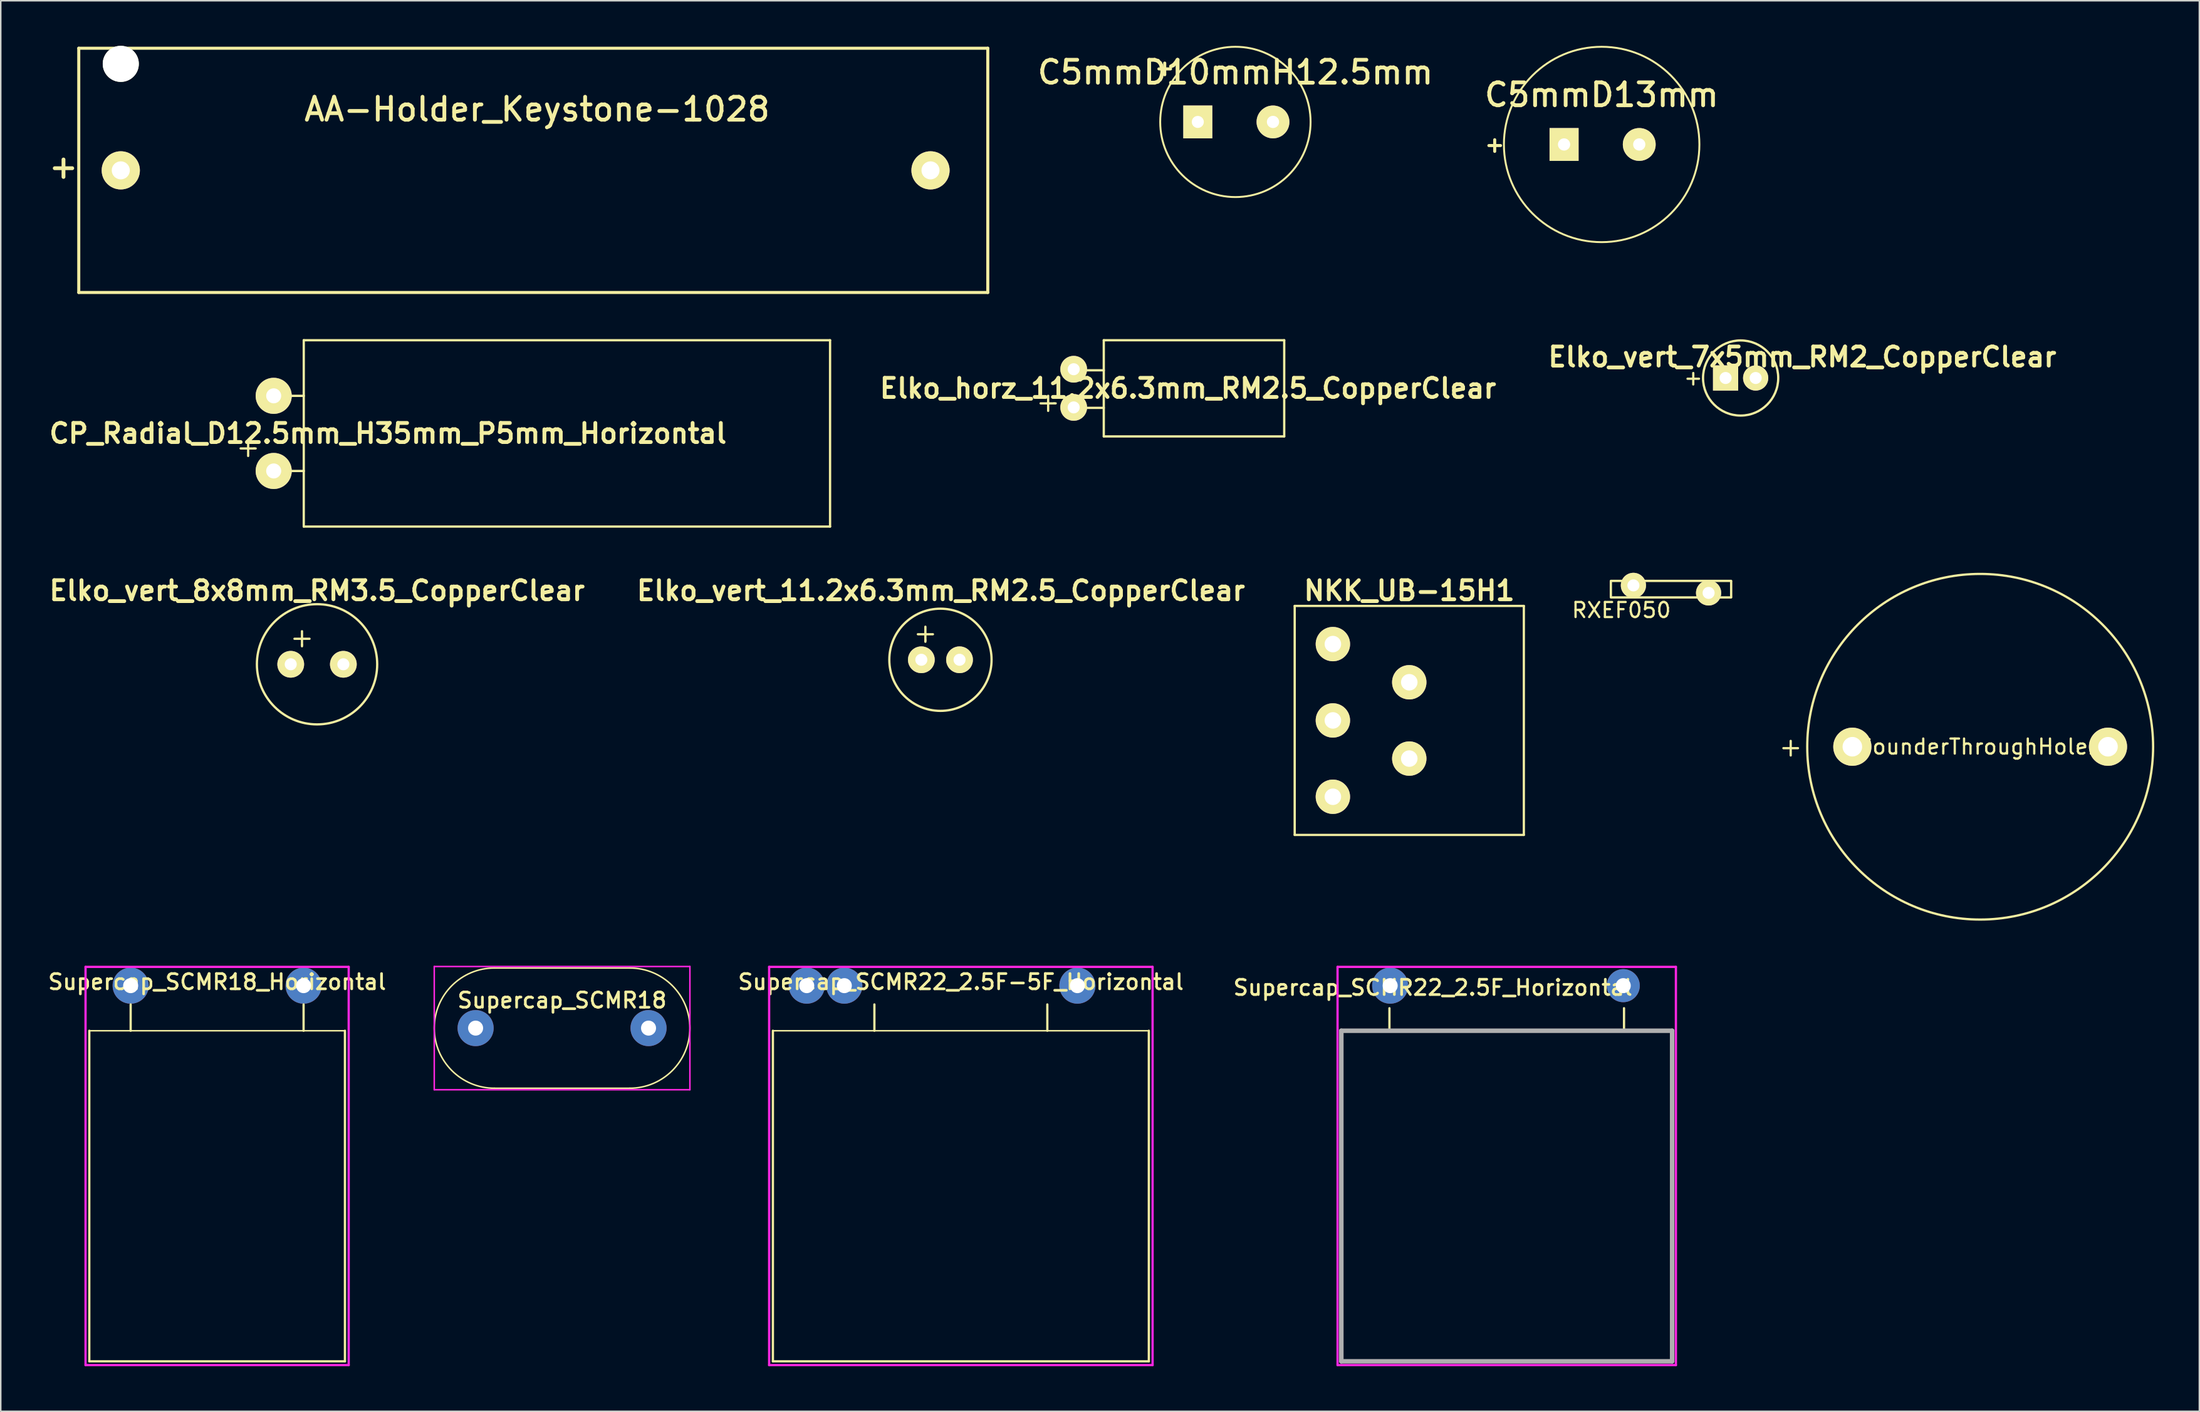
<source format=kicad_pcb>
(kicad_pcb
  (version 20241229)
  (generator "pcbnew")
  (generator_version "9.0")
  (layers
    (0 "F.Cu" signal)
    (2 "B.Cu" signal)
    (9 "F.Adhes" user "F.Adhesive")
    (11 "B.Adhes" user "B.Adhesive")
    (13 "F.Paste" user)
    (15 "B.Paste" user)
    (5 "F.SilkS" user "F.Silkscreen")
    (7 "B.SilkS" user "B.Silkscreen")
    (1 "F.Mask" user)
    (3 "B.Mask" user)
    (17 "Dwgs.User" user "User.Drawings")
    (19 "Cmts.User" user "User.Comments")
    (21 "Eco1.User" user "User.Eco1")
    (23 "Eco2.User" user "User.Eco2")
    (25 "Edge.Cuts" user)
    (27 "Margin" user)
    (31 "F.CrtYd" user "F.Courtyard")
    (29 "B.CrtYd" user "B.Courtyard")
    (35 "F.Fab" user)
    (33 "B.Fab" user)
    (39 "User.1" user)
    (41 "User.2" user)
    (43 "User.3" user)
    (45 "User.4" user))
  (footprint "Supercap_SCMR18_Horizontal"
    (layer "F.Cu")
    (at 11.389 62.544)
    (property "Reference" "Supercap_SCMR18_Horizontal" (at 0 -0.25 0) (layer "F.SilkS") (effects (font (size 1.016 1.016) (thickness 0.178))))
    (attr through_hole)
    (fp_line (start -8.5 3) (end 8.5 3) (stroke (width 0.1) (type solid)) (layer "F.SilkS"))
    (fp_line (start -8.5 25) (end -8.5 3) (stroke (width 0.15) (type solid)) (layer "F.SilkS"))
    (fp_line (start -5.75 1.25) (end -5.75 3) (stroke (width 0.15) (type solid)) (layer "F.SilkS"))
    (fp_line (start 5.75 1.25) (end 5.75 3) (stroke (width 0.15) (type solid)) (layer "F.SilkS"))
    (fp_line (start 8.5 3) (end 8.5 25) (stroke (width 0.15) (type solid)) (layer "F.SilkS"))
    (fp_line (start 8.5 25) (end -8.5 25) (stroke (width 0.15) (type solid)) (layer "F.SilkS"))
    (fp_line (start -8.75 -1.25) (end 8.75 -1.25) (stroke (width 0.15) (type solid)) (layer "F.CrtYd"))
    (fp_line (start -8.75 25.25) (end -8.75 -1.25) (stroke (width 0.15) (type solid)) (layer "F.CrtYd"))
    (fp_line (start 8.75 -1.25) (end 8.75 25.25) (stroke (width 0.15) (type solid)) (layer "F.CrtYd"))
    (fp_line (start 8.75 25.25) (end -8.75 25.25) (stroke (width 0.15) (type solid)) (layer "F.CrtYd"))
    (pad "1" thru_hole circle (at -5.75 0) (size 2.4 2.4) (drill 1) (layers "*.Cu" "*.Mask"))
    (pad "2" thru_hole circle (at 5.75 0) (size 2.4 2.4) (drill 1) (layers "*.Cu" "*.Mask")))
  (footprint "NKK_UB-15H1"
    (layer "F.Cu")
    (at 90.669 44.893)
    (property "Reference" "NKK_UB-15H1" (at 0 -8.636 0) (layer "F.SilkS") (effects (font (size 1.27 1.27) (thickness 0.254))))
    (attr through_hole)
    (fp_line (start -7.62 -7.62) (end 7.62 -7.62) (stroke (width 0.15) (type solid)) (layer "F.SilkS"))
    (fp_line (start -7.62 7.62) (end -7.62 -7.62) (stroke (width 0.15) (type solid)) (layer "F.SilkS"))
    (fp_line (start 7.62 -7.62) (end 7.62 7.62) (stroke (width 0.15) (type solid)) (layer "F.SilkS"))
    (fp_line (start 7.62 7.62) (end -7.62 7.62) (stroke (width 0.15) (type solid)) (layer "F.SilkS"))
    (pad "1" thru_hole circle (at -5.08 -5.08) (size 2.286 2.286) (drill 1.1) (layers "*.Cu" "*.Mask" "F.SilkS"))
    (pad "2" thru_hole circle (at -5.08 0) (size 2.286 2.286) (drill 1.1) (layers "*.Cu" "*.Mask" "F.SilkS"))
    (pad "3" thru_hole circle (at -5.08 5.08) (size 2.286 2.286) (drill 1.1) (layers "*.Cu" "*.Mask" "F.SilkS"))
    (pad "A" thru_hole circle (at 0 2.54) (size 2.286 2.286) (drill 1.1) (layers "*.Cu" "*.Mask" "F.SilkS"))
    (pad "K" thru_hole circle (at 0 -2.54) (size 2.286 2.286) (drill 1.1) (layers "*.Cu" "*.Mask" "F.SilkS")))
  (footprint "C5mmD10mmH12.5mm"
    (layer "F.Cu")
    (at 79.106 5.064)
    (property "Reference" "C5mmD10mmH12.5mm" (at 0 -3.302 0) (layer "F.SilkS") (effects (font (size 1.524 1.524) (thickness 0.254))))
    (attr through_hole)
    (fp_circle (center 0 0) (end 5 0) (stroke (width 0.127) (type solid)) (fill no) (layer "F.SilkS"))
    (fp_text user "+" (at -4.7 -3.6 0) (layer "F.SilkS") (effects (font (size 1.016 1.016) (thickness 0.203))))
    (pad "1" thru_hole rect (at -2.5 0) (size 1.93 2.184) (drill 0.8) (layers "*.Cu" "*.Mask" "F.SilkS"))
    (pad "2" thru_hole circle (at 2.5 0) (size 2.184 2.184) (drill 0.813) (layers "*.Cu" "*.Mask" "F.SilkS")))
  (footprint "Supercap_SCMR22_2.5F-5F_Horizontal"
    (layer "F.Cu")
    (at 60.849 62.544)
    (property "Reference" "Supercap_SCMR22_2.5F-5F_Horizontal" (at 0 -0.25 0) (layer "F.SilkS") (effects (font (size 1.016 1.016) (thickness 0.178))))
    (attr through_hole)
    (fp_line (start -10.25 0) (end -7.75 0) (stroke (width 0.25) (type solid)) (layer "F.Cu"))
    (fp_line (start -12.5 3) (end 12.5 3) (stroke (width 0.1) (type solid)) (layer "F.SilkS"))
    (fp_line (start -12.5 25) (end -12.5 3) (stroke (width 0.15) (type solid)) (layer "F.SilkS"))
    (fp_line (start -5.75 1.25) (end -5.75 3) (stroke (width 0.15) (type solid)) (layer "F.SilkS"))
    (fp_line (start 5.75 1.25) (end 5.75 3) (stroke (width 0.15) (type solid)) (layer "F.SilkS"))
    (fp_line (start 12.5 3) (end 12.5 25) (stroke (width 0.15) (type solid)) (layer "F.SilkS"))
    (fp_line (start 12.5 25) (end -12.5 25) (stroke (width 0.15) (type solid)) (layer "F.SilkS"))
    (fp_line (start -12.75 -1.25) (end 12.75 -1.25) (stroke (width 0.15) (type solid)) (layer "F.CrtYd"))
    (fp_line (start -12.75 25.25) (end -12.75 -1.25) (stroke (width 0.15) (type solid)) (layer "F.CrtYd"))
    (fp_line (start 12.75 -1.25) (end 12.75 25.25) (stroke (width 0.15) (type solid)) (layer "F.CrtYd"))
    (fp_line (start 12.75 25.25) (end -12.75 25.25) (stroke (width 0.15) (type solid)) (layer "F.CrtYd"))
    (pad "1" thru_hole circle (at -10.25 0) (size 2.4 2.4) (drill 1) (layers "*.Cu" "*.Mask"))
    (pad "1" thru_hole circle (at -7.75 0) (size 2.4 2.4) (drill 1) (layers "*.Cu" "*.Mask"))
    (pad "2" thru_hole circle (at 7.75 0) (size 2.4 2.4) (drill 1) (layers "*.Cu" "*.Mask")))
  (footprint "Elko_vert_7x5mm_RM2_CopperClear"
    (placed yes)
    (layer "F.Cu")
    (at 112.705 22.105)
    (property "Reference" "Elko_vert_7x5mm_RM2_CopperClear" (at 4.1 -1.4 0) (layer "F.SilkS") (effects (font (size 1.27 1.27) (thickness 0.254))))
    (attr through_hole)
    (fp_circle (center 0 0) (end 2.5 0) (stroke (width 0.15) (type solid)) (fill no) (layer "F.SilkS"))
    (fp_text user "+" (at -3.15 -0.025 0) (layer "F.SilkS") (effects (font (size 1 1) (thickness 0.15))))
    (pad "1" thru_hole rect (at -1 0) (size 1.676 1.676) (drill 0.8) (layers "*.Cu" "*.Mask" "F.SilkS"))
    (pad "2" thru_hole circle (at 1 0) (size 1.676 1.676) (drill 0.8) (layers "*.Cu" "*.Mask" "F.SilkS")))
  (footprint "Elko_vert_8x8mm_RM3.5_CopperClear"
    (layer "F.Cu")
    (at 18.034 41.157)
    (property "Reference" "Elko_vert_8x8mm_RM3.5_CopperClear" (at 0 -4.9 0) (layer "F.SilkS") (effects (font (size 1.27 1.27) (thickness 0.254))))
    (attr through_hole)
    (fp_line (start -1.501 -1.699) (end -1.001 -1.699) (stroke (width 0.15) (type solid)) (layer "F.SilkS"))
    (fp_line (start -1.001 -1.699) (end -1.001 -2.2) (stroke (width 0.15) (type solid)) (layer "F.SilkS"))
    (fp_line (start -1.001 -1.699) (end -1.001 -1.3) (stroke (width 0.15) (type solid)) (layer "F.SilkS"))
    (fp_line (start -1.001 -1.699) (end -0.5 -1.699) (stroke (width 0.15) (type solid)) (layer "F.SilkS"))
    (fp_line (start -1.001 -1.3) (end -1.001 -1.199) (stroke (width 0.15) (type solid)) (layer "F.SilkS"))
    (fp_circle (center 0 0) (end 4 0) (stroke (width 0.15) (type solid)) (fill no) (layer "F.SilkS"))
    (pad "1" thru_hole circle (at -1.75 0) (size 1.778 1.778) (drill 0.8) (layers "*.Cu" "*.Mask" "F.SilkS"))
    (pad "2" thru_hole circle (at 1.75 0) (size 1.778 1.778) (drill 0.8) (layers "*.Cu" "*.Mask" "F.SilkS")))
  (footprint "Supercap_SCMR22_2.5F_Horizontal"
    (layer "F.Cu")
    (at 97.15 62.544)
    (property "Reference" "Supercap_SCMR22_2.5F_Horizontal" (at -4.91 0.13 0) (layer "F.SilkS") (effects (font (size 1.016 1.016) (thickness 0.178))))
    (attr through_hole)
    (fp_line (start -7.8 1.5) (end -7.8 2.95) (stroke (width 0.15) (type solid)) (layer "F.SilkS"))
    (fp_line (start 7.8 1.5) (end 7.8 2.95) (stroke (width 0.15) (type solid)) (layer "F.SilkS"))
    (fp_line (start -11.25 -1.25) (end 11.25 -1.25) (stroke (width 0.15) (type solid)) (layer "F.CrtYd"))
    (fp_line (start -11.25 25.25) (end -11.25 -1.25) (stroke (width 0.15) (type solid)) (layer "F.CrtYd"))
    (fp_line (start 11.25 -1.25) (end 11.25 25.25) (stroke (width 0.15) (type solid)) (layer "F.CrtYd"))
    (fp_line (start 11.25 25.25) (end -11.25 25.25) (stroke (width 0.15) (type solid)) (layer "F.CrtYd"))
    (fp_line (start -11 3) (end 11 3) (stroke (width 0.3) (type solid)) (layer "F.Fab"))
    (fp_line (start -11 25) (end -11 3) (stroke (width 0.3) (type solid)) (layer "F.Fab"))
    (fp_line (start 11 3) (end 11 25) (stroke (width 0.3) (type solid)) (layer "F.Fab"))
    (fp_line (start 11 25) (end -11 25) (stroke (width 0.3) (type solid)) (layer "F.Fab"))
    (pad "1" thru_hole circle (at -7.75 0) (size 2.4 2.4) (drill 1) (layers "*.Cu" "*.Mask"))
    (pad "2" thru_hole circle (at 7.75 0) (size 2.2 2.2) (drill 1) (layers "*.Cu" "*.Mask")))
  (footprint "CP_Radial_D12.5mm_H35mm_P5mm_Horizontal"
    (layer "F.Cu")
    (at 15.151 25.792)
    (property "Reference" "CP_Radial_D12.5mm_H35mm_P5mm_Horizontal" (at 7.6 0 180) (layer "F.SilkS") (effects (font (size 1.27 1.27) (thickness 0.254))))
    (attr through_hole)
    (fp_line (start -1.699 1.001) (end -2.2 1.001) (stroke (width 0.15) (type solid)) (layer "F.SilkS"))
    (fp_line (start -1.699 1.001) (end -1.699 0.5) (stroke (width 0.15) (type solid)) (layer "F.SilkS"))
    (fp_line (start -1.699 1.001) (end -1.3 1.001) (stroke (width 0.15) (type solid)) (layer "F.SilkS"))
    (fp_line (start -1.699 1.501) (end -1.699 1.001) (stroke (width 0.15) (type solid)) (layer "F.SilkS"))
    (fp_line (start -1.3 1.001) (end -1.199 1.001) (stroke (width 0.15) (type solid)) (layer "F.SilkS"))
    (fp_line (start 0.9 -2.5) (end 2 -2.5) (stroke (width 0.152) (type solid)) (layer "F.SilkS"))
    (fp_line (start 0.9 2.5) (end 2 2.5) (stroke (width 0.152) (type solid)) (layer "F.SilkS"))
    (fp_line (start 2 -6.2) (end 2 6.2) (stroke (width 0.152) (type solid)) (layer "F.SilkS"))
    (fp_line (start 2 -6.2) (end 37 -6.2) (stroke (width 0.152) (type solid)) (layer "F.SilkS"))
    (fp_line (start 37 -6.2) (end 37 6.2) (stroke (width 0.152) (type solid)) (layer "F.SilkS"))
    (fp_line (start 37 6.2) (end 2 6.2) (stroke (width 0.152) (type solid)) (layer "F.SilkS"))
    (pad "1" thru_hole circle (at 0 2.5 90) (size 2.4 2.4) (drill 1) (layers "*.Cu" "*.Mask" "F.SilkS"))
    (pad "2" thru_hole circle (at 0 -2.5 90) (size 2.4 2.4) (drill 1) (layers "*.Cu" "*.Mask" "F.SilkS")))
  (footprint "Elko_horz_11.2x6.3mm_RM2.5_CopperClear"
    (layer "F.Cu")
    (at 68.353 22.792)
    (property "Reference" "Elko_horz_11.2x6.3mm_RM2.5_CopperClear" (at 7.6 0 180) (layer "F.SilkS") (effects (font (size 1.27 1.27) (thickness 0.254))))
    (attr through_hole)
    (fp_line (start -1.699 1.001) (end -2.2 1.001) (stroke (width 0.15) (type solid)) (layer "F.SilkS"))
    (fp_line (start -1.699 1.001) (end -1.699 0.5) (stroke (width 0.15) (type solid)) (layer "F.SilkS"))
    (fp_line (start -1.699 1.001) (end -1.3 1.001) (stroke (width 0.15) (type solid)) (layer "F.SilkS"))
    (fp_line (start -1.699 1.501) (end -1.699 1.001) (stroke (width 0.15) (type solid)) (layer "F.SilkS"))
    (fp_line (start -1.3 1.001) (end -1.199 1.001) (stroke (width 0.15) (type solid)) (layer "F.SilkS"))
    (fp_line (start 0.9 -1.2) (end 2 -1.2) (stroke (width 0.152) (type solid)) (layer "F.SilkS"))
    (fp_line (start 0.9 1.3) (end 2 1.3) (stroke (width 0.152) (type solid)) (layer "F.SilkS"))
    (fp_line (start 2 -3.2) (end 2 3.2) (stroke (width 0.152) (type solid)) (layer "F.SilkS"))
    (fp_line (start 2 -3.2) (end 14 -3.2) (stroke (width 0.152) (type solid)) (layer "F.SilkS"))
    (fp_line (start 14 -3.2) (end 14 3.2) (stroke (width 0.152) (type solid)) (layer "F.SilkS"))
    (fp_line (start 14 3.2) (end 2 3.2) (stroke (width 0.152) (type solid)) (layer "F.SilkS"))
    (pad "1" thru_hole circle (at 0 1.27 90) (size 1.778 1.778) (drill 0.8) (layers "*.Cu" "*.Mask" "F.SilkS"))
    (pad "2" thru_hole circle (at 0 -1.27 90) (size 1.778 1.778) (drill 0.8) (layers "*.Cu" "*.Mask" "F.SilkS")))
  (footprint "SounderThroughHole1"
    (layer "F.Cu")
    (at 128.635 46.644)
    (property "Reference" "SounderThroughHole1" (at 0 0 0) (layer "F.SilkS") (effects (font (size 1 1) (thickness 0.15))))
    (attr through_hole)
    (fp_circle (center 0 0) (end 11.5 -0.1) (stroke (width 0.15) (type solid)) (fill no) (layer "F.SilkS"))
    (fp_text user "+" (at -12.6 0 0) (layer "F.SilkS") (effects (font (size 1.27 1.27) (thickness 0.15))))
    (pad "1" thru_hole circle (at -8.5 0) (size 2.54 2.54) (drill 1.3) (layers "*.Cu" "*.Mask" "F.SilkS"))
    (pad "2" thru_hole circle (at 8.5 0) (size 2.54 2.54) (drill 1.3) (layers "*.Cu" "*.Mask" "F.SilkS")))
  (footprint "C5mmD13mm"
    (layer "F.Cu")
    (at 103.463 6.564)
    (property "Reference" "C5mmD13mm" (at 0 -3.302 0) (layer "F.SilkS") (effects (font (size 1.524 1.524) (thickness 0.254))))
    (attr through_hole)
    (fp_circle (center 0 0) (end 6.5 0) (stroke (width 0.127) (type solid)) (fill no) (layer "F.SilkS"))
    (fp_text user "+" (at -7.112 0 0) (layer "F.SilkS") (effects (font (size 1.016 1.016) (thickness 0.203))))
    (pad "1" thru_hole rect (at -2.5 0) (size 1.93 2.184) (drill 0.813) (layers "*.Cu" "*.Mask" "F.SilkS"))
    (pad "2" thru_hole circle (at 2.5 0) (size 2.184 2.184) (drill 0.813) (layers "*.Cu" "*.Mask" "F.SilkS")))
  (footprint "RXEF050"
    (layer "F.Cu")
    (at 108.075 36.157)
    (property "Reference" "RXEF050" (at -3.3 1.4 0) (layer "F.SilkS") (effects (font (size 1 1) (thickness 0.15))))
    (attr through_hole)
    (fp_line (start -4 -0.55) (end 4 -0.55) (stroke (width 0.152) (type solid)) (layer "F.SilkS"))
    (fp_line (start -4 0.5) (end -4 -0.5) (stroke (width 0.152) (type solid)) (layer "F.SilkS"))
    (fp_line (start 4 0.5) (end 4 -0.5) (stroke (width 0.152) (type solid)) (layer "F.SilkS"))
    (fp_line (start 4 0.55) (end -4 0.55) (stroke (width 0.152) (type solid)) (layer "F.SilkS"))
    (pad "1" thru_hole circle (at -2.5 -0.25) (size 1.676 1.676) (drill 0.8) (layers "*.Cu" "*.Mask" "F.SilkS"))
    (pad "2" thru_hole circle (at 2.5 0.25) (size 1.676 1.676) (drill 0.8) (layers "*.Cu" "*.Mask" "F.SilkS")))
  (footprint "Supercap_SCMR18"
    (layer "F.Cu")
    (at 34.329 65.369)
    (property "Reference" "Supercap_SCMR18" (at 0 -1.85 0) (layer "F.SilkS") (effects (font (size 1.016 1.016) (thickness 0.178))))
    (attr through_hole)
    (fp_line (start -4.5 4) (end 4.5 4) (stroke (width 0.1) (type solid)) (layer "F.SilkS"))
    (fp_line (start 4.5 -4) (end -4.5 -4) (stroke (width 0.1) (type solid)) (layer "F.SilkS"))
    (fp_arc (start -4.5 4) (mid -8.5 0) (end -4.5 -4) (stroke (width 0.1) (type solid)) (layer "F.SilkS"))
    (fp_arc (start 4.5 -4) (mid 8.5 0) (end 4.5 4) (stroke (width 0.1) (type solid)) (layer "F.SilkS"))
    (fp_line (start -8.5 -4.1) (end 8.5 -4.1) (stroke (width 0.1) (type solid)) (layer "F.CrtYd"))
    (fp_line (start -8.5 4.1) (end -8.5 -4.1) (stroke (width 0.1) (type solid)) (layer "F.CrtYd"))
    (fp_line (start 8.5 -4.1) (end 8.5 4.1) (stroke (width 0.1) (type solid)) (layer "F.CrtYd"))
    (fp_line (start 8.5 4.1) (end -8.5 4.1) (stroke (width 0.1) (type solid)) (layer "F.CrtYd"))
    (pad "1" thru_hole circle (at -5.75 0) (size 2.4 2.4) (drill 1) (layers "*.Cu" "*.Mask"))
    (pad "2" thru_hole circle (at 5.75 0) (size 2.4 2.4) (drill 1) (layers "*.Cu" "*.Mask")))
  (footprint "AA-Holder_Keystone-1028"
    (layer "F.Cu")
    (at 32.414 8.287)
    (property "Reference" "AA-Holder_Keystone-1028" (at 0.254 -4.064 0) (layer "F.SilkS") (effects (font (size 1.524 1.524) (thickness 0.254))))
    (attr through_hole)
    (fp_line (start -30.226 -8.128) (end -30.226 8.128) (stroke (width 0.203) (type solid)) (layer "F.SilkS"))
    (fp_line (start -30.226 8.128) (end 30.226 8.128) (stroke (width 0.203) (type solid)) (layer "F.SilkS"))
    (fp_line (start 30.226 -8.128) (end -30.226 -8.128) (stroke (width 0.203) (type solid)) (layer "F.SilkS"))
    (fp_line (start 30.226 8.128) (end 30.226 -8.128) (stroke (width 0.203) (type solid)) (layer "F.SilkS"))
    (fp_text user "+" (at -31.242 -0.254 0) (layer "F.SilkS") (effects (font (size 1.524 1.524) (thickness 0.254))))
    (pad "" np_thru_hole circle (at -27.432 -7.087) (size 2.4 2.4) (drill 2.4) (layers "*.Cu" "*.Mask" "F.SilkS"))
    (pad "1" thru_hole circle (at -27.432 0) (size 2.54 2.54) (drill 1.2) (layers "*.Cu" "*.Mask" "F.SilkS"))
    (pad "2" thru_hole circle (at 26.416 0) (size 2.54 2.54) (drill 1.2) (layers "*.Cu" "*.Mask" "F.SilkS")))
  (footprint "Elko_vert_11.2x6.3mm_RM2.5_CopperClear"
    (layer "F.Cu")
    (at 59.491 40.857)
    (property "Reference" "Elko_vert_11.2x6.3mm_RM2.5_CopperClear" (at 0.03 -4.6 0) (layer "F.SilkS") (effects (font (size 1.27 1.27) (thickness 0.254))))
    (attr through_hole)
    (fp_line (start -1.501 -1.699) (end -1.001 -1.699) (stroke (width 0.15) (type solid)) (layer "F.SilkS"))
    (fp_line (start -1.001 -1.699) (end -1.001 -2.2) (stroke (width 0.15) (type solid)) (layer "F.SilkS"))
    (fp_line (start -1.001 -1.699) (end -1.001 -1.3) (stroke (width 0.15) (type solid)) (layer "F.SilkS"))
    (fp_line (start -1.001 -1.699) (end -0.5 -1.699) (stroke (width 0.15) (type solid)) (layer "F.SilkS"))
    (fp_line (start -1.001 -1.3) (end -1.001 -1.199) (stroke (width 0.15) (type solid)) (layer "F.SilkS"))
    (fp_circle (center 0 0) (end 3.4 0) (stroke (width 0.15) (type solid)) (fill no) (layer "F.SilkS"))
    (pad "1" thru_hole circle (at -1.27 0) (size 1.778 1.778) (drill 0.8) (layers "*.Cu" "*.Mask" "F.SilkS"))
    (pad "2" thru_hole circle (at 1.27 0) (size 1.778 1.778) (drill 0.8) (layers "*.Cu" "*.Mask" "F.SilkS")))
  (gr_rect
    (start -3 -3)
    (end 143.211 90.869)
    (stroke (width 0.1) (type default))
    (fill no)
    (layer "Edge.Cuts")))
</source>
